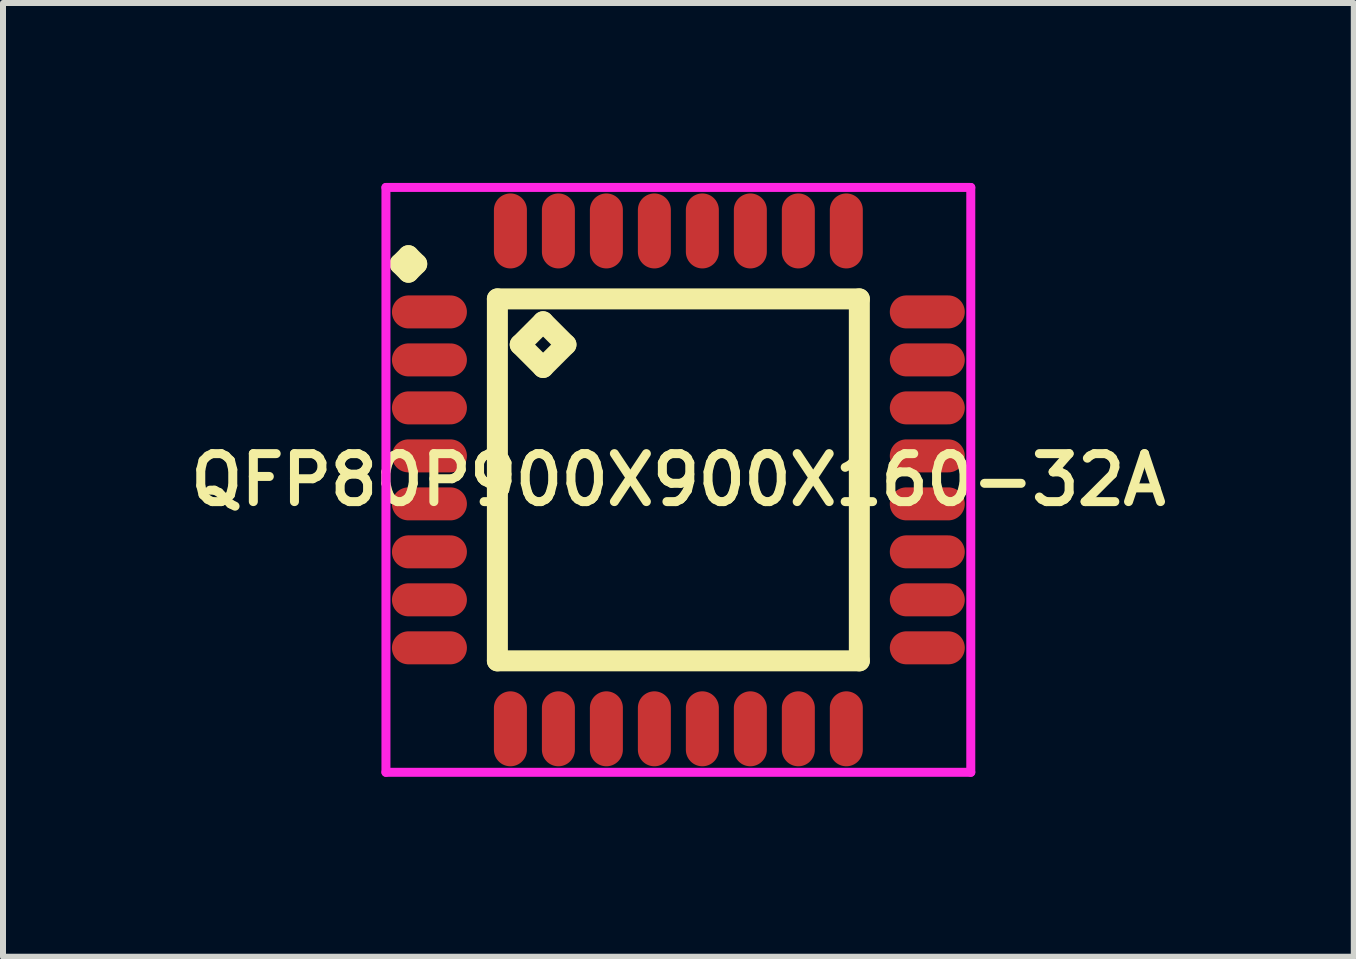
<source format=kicad_pcb>
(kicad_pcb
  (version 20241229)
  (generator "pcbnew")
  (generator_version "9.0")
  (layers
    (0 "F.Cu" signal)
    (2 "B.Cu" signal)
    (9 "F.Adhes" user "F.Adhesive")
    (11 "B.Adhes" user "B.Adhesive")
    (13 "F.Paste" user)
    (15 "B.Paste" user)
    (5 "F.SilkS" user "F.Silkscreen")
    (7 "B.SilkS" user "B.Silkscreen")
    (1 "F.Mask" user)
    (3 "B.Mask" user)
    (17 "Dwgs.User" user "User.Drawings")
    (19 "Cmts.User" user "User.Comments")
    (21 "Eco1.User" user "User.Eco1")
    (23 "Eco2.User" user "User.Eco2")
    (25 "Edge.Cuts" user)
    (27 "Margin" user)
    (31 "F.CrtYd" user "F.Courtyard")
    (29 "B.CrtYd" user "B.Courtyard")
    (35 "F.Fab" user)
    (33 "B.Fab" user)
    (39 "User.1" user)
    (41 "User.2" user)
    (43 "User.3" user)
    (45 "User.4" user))
  (footprint "QFP80P900X900X160-32A"
    (layer "F.Cu")
    (at 8.259 4.95)
    (property "Reference" "QFP80P900X900X160-32A" (at 0 0 0) (layer "F.SilkS") (effects (font (size 0.8 0.8) (thickness 0.15))))
    (attr smd)
    (fp_line (start -4.638 -3.6) (end -4.5 -3.737) (stroke (width 0.35) (type solid)) (layer "F.SilkS"))
    (fp_line (start -4.5 -3.737) (end -4.362 -3.6) (stroke (width 0.35) (type solid)) (layer "F.SilkS"))
    (fp_line (start -4.5 -3.462) (end -4.638 -3.6) (stroke (width 0.35) (type solid)) (layer "F.SilkS"))
    (fp_line (start -4.362 -3.6) (end -4.5 -3.462) (stroke (width 0.35) (type solid)) (layer "F.SilkS"))
    (fp_line (start -3.017 -3.017) (end -3.017 3.017) (stroke (width 0.35) (type solid)) (layer "F.SilkS"))
    (fp_line (start -3.017 3.017) (end 3.017 3.017) (stroke (width 0.35) (type solid)) (layer "F.SilkS"))
    (fp_line (start -2.636 -2.255) (end -2.255 -2.636) (stroke (width 0.35) (type solid)) (layer "F.SilkS"))
    (fp_line (start -2.255 -2.636) (end -1.874 -2.255) (stroke (width 0.35) (type solid)) (layer "F.SilkS"))
    (fp_line (start -2.255 -1.874) (end -2.636 -2.255) (stroke (width 0.35) (type solid)) (layer "F.SilkS"))
    (fp_line (start -1.874 -2.255) (end -2.255 -1.874) (stroke (width 0.35) (type solid)) (layer "F.SilkS"))
    (fp_line (start 3.017 -3.017) (end -3.017 -3.017) (stroke (width 0.35) (type solid)) (layer "F.SilkS"))
    (fp_line (start 3.017 3.017) (end 3.017 -3.017) (stroke (width 0.35) (type solid)) (layer "F.SilkS"))
    (fp_line (start -4.875 -4.875) (end 4.875 -4.875) (stroke (width 0.15) (type solid)) (layer "F.CrtYd"))
    (fp_line (start -4.875 4.875) (end -4.875 -4.875) (stroke (width 0.15) (type solid)) (layer "F.CrtYd"))
    (fp_line (start 4.875 -4.875) (end 4.875 4.875) (stroke (width 0.15) (type solid)) (layer "F.CrtYd"))
    (fp_line (start 4.875 4.875) (end -4.875 4.875) (stroke (width 0.15) (type solid)) (layer "F.CrtYd"))
    (pad "1" smd oval (at -4.15 -2.8) (size 1.25 0.55) (layers "F.Cu" "F.Mask" "F.Paste"))
    (pad "2" smd oval (at -4.15 -2) (size 1.25 0.55) (layers "F.Cu" "F.Mask" "F.Paste"))
    (pad "3" smd oval (at -4.15 -1.2) (size 1.25 0.55) (layers "F.Cu" "F.Mask" "F.Paste"))
    (pad "4" smd oval (at -4.15 -0.4) (size 1.25 0.55) (layers "F.Cu" "F.Mask" "F.Paste"))
    (pad "5" smd oval (at -4.15 0.4) (size 1.25 0.55) (layers "F.Cu" "F.Mask" "F.Paste"))
    (pad "6" smd oval (at -4.15 1.2) (size 1.25 0.55) (layers "F.Cu" "F.Mask" "F.Paste"))
    (pad "7" smd oval (at -4.15 2) (size 1.25 0.55) (layers "F.Cu" "F.Mask" "F.Paste"))
    (pad "8" smd oval (at -4.15 2.8) (size 1.25 0.55) (layers "F.Cu" "F.Mask" "F.Paste"))
    (pad "9" smd oval (at -2.8 4.15) (size 0.55 1.25) (layers "F.Cu" "F.Mask" "F.Paste"))
    (pad "10" smd oval (at -2 4.15) (size 0.55 1.25) (layers "F.Cu" "F.Mask" "F.Paste"))
    (pad "11" smd oval (at -1.2 4.15) (size 0.55 1.25) (layers "F.Cu" "F.Mask" "F.Paste"))
    (pad "12" smd oval (at -0.4 4.15) (size 0.55 1.25) (layers "F.Cu" "F.Mask" "F.Paste"))
    (pad "13" smd oval (at 0.4 4.15) (size 0.55 1.25) (layers "F.Cu" "F.Mask" "F.Paste"))
    (pad "14" smd oval (at 1.2 4.15) (size 0.55 1.25) (layers "F.Cu" "F.Mask" "F.Paste"))
    (pad "15" smd oval (at 2 4.15) (size 0.55 1.25) (layers "F.Cu" "F.Mask" "F.Paste"))
    (pad "16" smd oval (at 2.8 4.15) (size 0.55 1.25) (layers "F.Cu" "F.Mask" "F.Paste"))
    (pad "17" smd oval (at 4.15 2.8) (size 1.25 0.55) (layers "F.Cu" "F.Mask" "F.Paste"))
    (pad "18" smd oval (at 4.15 2) (size 1.25 0.55) (layers "F.Cu" "F.Mask" "F.Paste"))
    (pad "19" smd oval (at 4.15 1.2) (size 1.25 0.55) (layers "F.Cu" "F.Mask" "F.Paste"))
    (pad "20" smd oval (at 4.15 0.4) (size 1.25 0.55) (layers "F.Cu" "F.Mask" "F.Paste"))
    (pad "21" smd oval (at 4.15 -0.4) (size 1.25 0.55) (layers "F.Cu" "F.Mask" "F.Paste"))
    (pad "22" smd oval (at 4.15 -1.2) (size 1.25 0.55) (layers "F.Cu" "F.Mask" "F.Paste"))
    (pad "23" smd oval (at 4.15 -2) (size 1.25 0.55) (layers "F.Cu" "F.Mask" "F.Paste"))
    (pad "24" smd oval (at 4.15 -2.8) (size 1.25 0.55) (layers "F.Cu" "F.Mask" "F.Paste"))
    (pad "25" smd oval (at 2.8 -4.15) (size 0.55 1.25) (layers "F.Cu" "F.Mask" "F.Paste"))
    (pad "26" smd oval (at 2 -4.15) (size 0.55 1.25) (layers "F.Cu" "F.Mask" "F.Paste"))
    (pad "27" smd oval (at 1.2 -4.15) (size 0.55 1.25) (layers "F.Cu" "F.Mask" "F.Paste"))
    (pad "28" smd oval (at 0.4 -4.15) (size 0.55 1.25) (layers "F.Cu" "F.Mask" "F.Paste"))
    (pad "29" smd oval (at -0.4 -4.15) (size 0.55 1.25) (layers "F.Cu" "F.Mask" "F.Paste"))
    (pad "30" smd oval (at -1.2 -4.15) (size 0.55 1.25) (layers "F.Cu" "F.Mask" "F.Paste"))
    (pad "31" smd oval (at -2 -4.15) (size 0.55 1.25) (layers "F.Cu" "F.Mask" "F.Paste"))
    (pad "32" smd oval (at -2.8 -4.15) (size 0.55 1.25) (layers "F.Cu" "F.Mask" "F.Paste")))
  (gr_rect
    (start -3 -3)
    (end 19.519 12.9)
    (stroke (width 0.1) (type default))
    (fill no)
    (layer "Edge.Cuts")))
</source>
